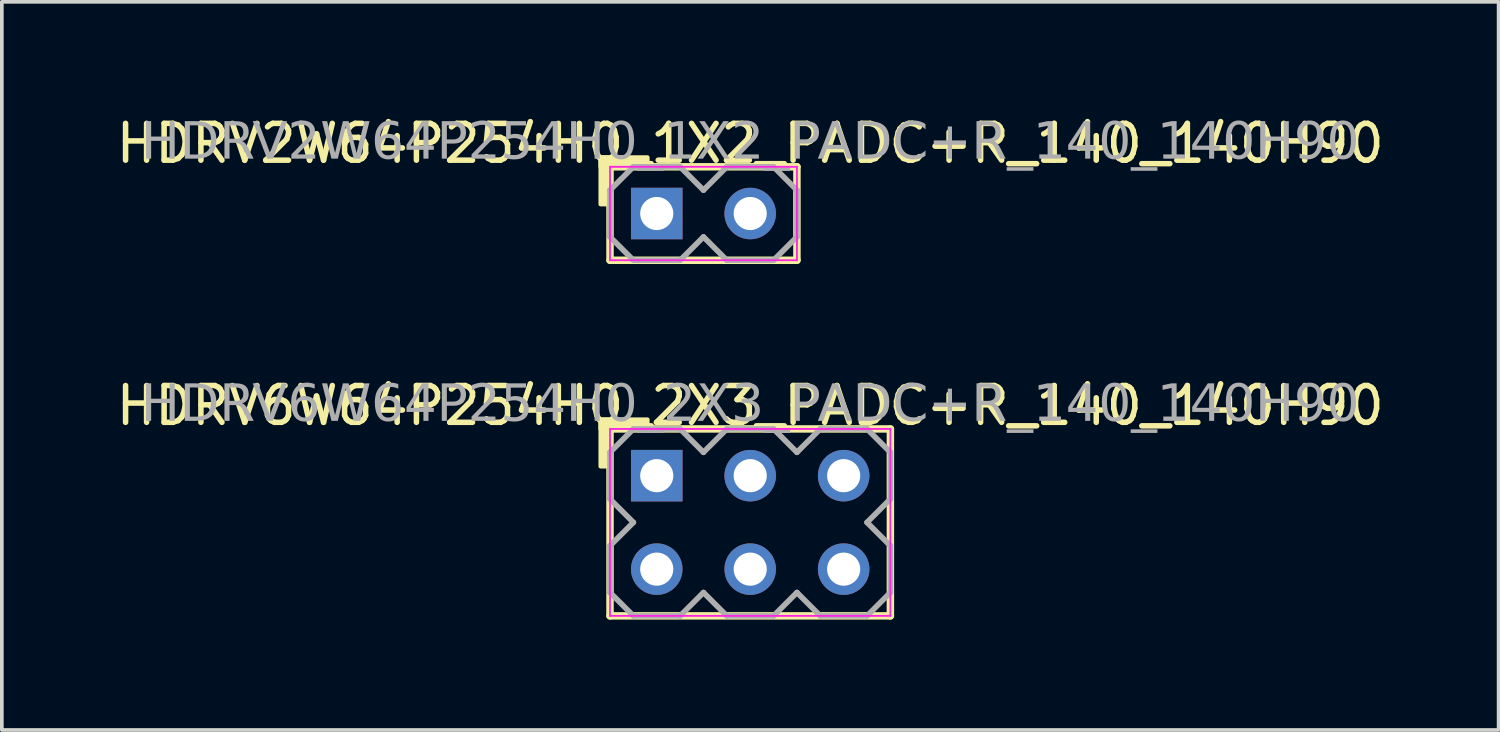
<source format=kicad_pcb>
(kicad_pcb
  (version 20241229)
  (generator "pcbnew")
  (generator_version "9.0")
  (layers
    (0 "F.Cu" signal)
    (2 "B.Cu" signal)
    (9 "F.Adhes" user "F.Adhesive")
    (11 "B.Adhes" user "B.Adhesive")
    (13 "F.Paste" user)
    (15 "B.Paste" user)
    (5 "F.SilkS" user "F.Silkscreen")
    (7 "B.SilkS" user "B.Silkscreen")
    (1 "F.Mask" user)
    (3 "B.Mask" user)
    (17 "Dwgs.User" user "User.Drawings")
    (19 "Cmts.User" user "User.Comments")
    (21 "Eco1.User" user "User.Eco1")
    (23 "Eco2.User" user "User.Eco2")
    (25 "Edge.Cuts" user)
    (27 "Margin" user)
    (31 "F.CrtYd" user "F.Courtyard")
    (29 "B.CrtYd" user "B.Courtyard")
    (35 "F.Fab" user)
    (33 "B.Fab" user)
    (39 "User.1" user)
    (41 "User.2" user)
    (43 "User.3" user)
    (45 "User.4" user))
  (footprint "HDRV2W64P254H0_1X2_PADC+R_140_140H90"
    (layer "F.Cu")
    (at 16.069 2.753)
    (property "Reference" "HDRV2W64P254H0_1X2_PADC+R_140_140H90" (at 1.27 -1.905 0) (layer "F.SilkS") (effects (font (size 1 1) (thickness 0.15))))
    (attr through_hole)
    (fp_line (start -2.54 1.27) (end -2.54 -1.27) (stroke (width 0.203) (type solid)) (layer "F.SilkS"))
    (fp_line (start 2.54 -1.27) (end -2.54 -1.27) (stroke (width 0.203) (type solid)) (layer "F.SilkS"))
    (fp_line (start 2.54 1.27) (end -2.54 1.27) (stroke (width 0.203) (type solid)) (layer "F.SilkS"))
    (fp_line (start 2.54 1.27) (end 2.54 -1.27) (stroke (width 0.203) (type solid)) (layer "F.SilkS"))
    (fp_rect (start -2.794 -0.254) (end -2.54 -1.524) (stroke (width 0.12) (type solid)) (fill yes) (layer "F.SilkS"))
    (fp_rect (start -1.524 -1.27) (end -2.794 -1.524) (stroke (width 0.12) (type solid)) (fill yes) (layer "F.SilkS"))
    (fp_line (start -2.54 1.27) (end -2.54 -1.27) (stroke (width 0.05) (type solid)) (layer "F.CrtYd"))
    (fp_line (start 2.54 -1.27) (end -2.54 -1.27) (stroke (width 0.05) (type solid)) (layer "F.CrtYd"))
    (fp_line (start 2.54 1.27) (end -2.54 1.27) (stroke (width 0.05) (type solid)) (layer "F.CrtYd"))
    (fp_line (start 2.54 1.27) (end 2.54 -1.27) (stroke (width 0.05) (type solid)) (layer "F.CrtYd"))
    (fp_line (start -2.54 -0.635) (end -2.54 0.635) (stroke (width 0.152) (type solid)) (layer "F.Fab"))
    (fp_line (start -2.54 -0.635) (end -1.905 -1.27) (stroke (width 0.152) (type solid)) (layer "F.Fab"))
    (fp_line (start -1.905 -1.27) (end -0.635 -1.27) (stroke (width 0.152) (type solid)) (layer "F.Fab"))
    (fp_line (start -1.905 1.27) (end -2.54 0.635) (stroke (width 0.152) (type solid)) (layer "F.Fab"))
    (fp_line (start -0.635 -1.27) (end 0 -0.635) (stroke (width 0.152) (type solid)) (layer "F.Fab"))
    (fp_line (start -0.635 1.27) (end -1.905 1.27) (stroke (width 0.152) (type solid)) (layer "F.Fab"))
    (fp_line (start 0 -0.635) (end 0.635 -1.27) (stroke (width 0.152) (type solid)) (layer "F.Fab"))
    (fp_line (start 0 0.635) (end -0.635 1.27) (stroke (width 0.152) (type solid)) (layer "F.Fab"))
    (fp_line (start 0.635 -1.27) (end 1.905 -1.27) (stroke (width 0.152) (type solid)) (layer "F.Fab"))
    (fp_line (start 0.635 1.27) (end 0 0.635) (stroke (width 0.152) (type solid)) (layer "F.Fab"))
    (fp_line (start 1.905 -1.27) (end 2.54 -0.635) (stroke (width 0.152) (type solid)) (layer "F.Fab"))
    (fp_line (start 1.905 1.27) (end 0.635 1.27) (stroke (width 0.152) (type solid)) (layer "F.Fab"))
    (fp_line (start 2.54 -0.635) (end 2.54 0.635) (stroke (width 0.152) (type solid)) (layer "F.Fab"))
    (fp_line (start 2.54 0.635) (end 1.905 1.27) (stroke (width 0.152) (type solid)) (layer "F.Fab"))
    (fp_rect (start -1.016 -0.254) (end -1.524 0.254) (stroke (width 0.152) (type solid)) (fill no) (layer "F.Fab"))
    (fp_rect (start 1.524 -0.254) (end 1.016 0.254) (stroke (width 0.152) (type solid)) (fill no) (layer "F.Fab"))
    (fp_text user "${REFERENCE}" (at 1.27 -1.905 0) (layer "F.Fab") (effects (font (face "Tahoma") (size 1 1) (thickness 0.15))))
    (pad "1" thru_hole rect (at -1.27 0) (size 1.4 1.4) (drill 0.9) (layers "*.Cu" "*.Mask"))
    (pad "2" thru_hole circle (at 1.27 0) (size 1.4 1.4) (drill 0.9) (layers "*.Cu" "*.Mask")))
  (footprint "HDRV6W64P254H0_2X3_PADC+R_140_140H90"
    (layer "F.Cu")
    (at 17.339 11.148)
    (property "Reference" "HDRV6W64P254H0_2X3_PADC+R_140_140H90" (at 0 -3.175 0) (layer "F.SilkS") (effects (font (size 1 1) (thickness 0.15))))
    (attr through_hole)
    (fp_line (start -3.81 2.54) (end -3.81 -2.54) (stroke (width 0.203) (type solid)) (layer "F.SilkS"))
    (fp_line (start 3.81 -2.54) (end -3.81 -2.54) (stroke (width 0.203) (type solid)) (layer "F.SilkS"))
    (fp_line (start 3.81 2.54) (end -3.81 2.54) (stroke (width 0.203) (type solid)) (layer "F.SilkS"))
    (fp_line (start 3.81 2.54) (end 3.81 -2.54) (stroke (width 0.203) (type solid)) (layer "F.SilkS"))
    (fp_rect (start -4.064 -1.524) (end -3.81 -2.794) (stroke (width 0.12) (type solid)) (fill yes) (layer "F.SilkS"))
    (fp_rect (start -2.794 -2.54) (end -4.064 -2.794) (stroke (width 0.12) (type solid)) (fill yes) (layer "F.SilkS"))
    (fp_line (start -3.81 2.54) (end -3.81 -2.54) (stroke (width 0.05) (type solid)) (layer "F.CrtYd"))
    (fp_line (start 3.81 -2.54) (end -3.81 -2.54) (stroke (width 0.05) (type solid)) (layer "F.CrtYd"))
    (fp_line (start 3.81 2.54) (end -3.81 2.54) (stroke (width 0.05) (type solid)) (layer "F.CrtYd"))
    (fp_line (start 3.81 2.54) (end 3.81 -2.54) (stroke (width 0.05) (type solid)) (layer "F.CrtYd"))
    (fp_line (start -3.81 -1.905) (end -3.81 -0.635) (stroke (width 0.152) (type solid)) (layer "F.Fab"))
    (fp_line (start -3.81 -1.905) (end -3.175 -2.54) (stroke (width 0.152) (type solid)) (layer "F.Fab"))
    (fp_line (start -3.81 0.635) (end -3.175 0) (stroke (width 0.152) (type solid)) (layer "F.Fab"))
    (fp_line (start -3.81 1.905) (end -3.81 0.635) (stroke (width 0.152) (type solid)) (layer "F.Fab"))
    (fp_line (start -3.175 -2.54) (end -1.905 -2.54) (stroke (width 0.152) (type solid)) (layer "F.Fab"))
    (fp_line (start -3.175 0) (end -3.81 -0.635) (stroke (width 0.152) (type solid)) (layer "F.Fab"))
    (fp_line (start -3.175 2.54) (end -3.81 1.905) (stroke (width 0.152) (type solid)) (layer "F.Fab"))
    (fp_line (start -1.905 -2.54) (end -1.27 -1.905) (stroke (width 0.152) (type solid)) (layer "F.Fab"))
    (fp_line (start -1.905 2.54) (end -3.175 2.54) (stroke (width 0.152) (type solid)) (layer "F.Fab"))
    (fp_line (start -1.27 -1.905) (end -0.635 -2.54) (stroke (width 0.152) (type solid)) (layer "F.Fab"))
    (fp_line (start -1.27 1.905) (end -1.905 2.54) (stroke (width 0.152) (type solid)) (layer "F.Fab"))
    (fp_line (start -0.635 -2.54) (end 0.635 -2.54) (stroke (width 0.152) (type solid)) (layer "F.Fab"))
    (fp_line (start -0.635 2.54) (end -1.27 1.905) (stroke (width 0.152) (type solid)) (layer "F.Fab"))
    (fp_line (start 0.635 -2.54) (end 1.27 -1.905) (stroke (width 0.152) (type solid)) (layer "F.Fab"))
    (fp_line (start 0.635 2.54) (end -0.635 2.54) (stroke (width 0.152) (type solid)) (layer "F.Fab"))
    (fp_line (start 1.27 -1.905) (end 1.905 -2.54) (stroke (width 0.152) (type solid)) (layer "F.Fab"))
    (fp_line (start 1.27 1.905) (end 0.635 2.54) (stroke (width 0.152) (type solid)) (layer "F.Fab"))
    (fp_line (start 1.905 -2.54) (end 3.175 -2.54) (stroke (width 0.152) (type solid)) (layer "F.Fab"))
    (fp_line (start 1.905 2.54) (end 1.27 1.905) (stroke (width 0.152) (type solid)) (layer "F.Fab"))
    (fp_line (start 3.175 -2.54) (end 3.81 -1.905) (stroke (width 0.152) (type solid)) (layer "F.Fab"))
    (fp_line (start 3.175 0) (end 3.81 0.635) (stroke (width 0.152) (type solid)) (layer "F.Fab"))
    (fp_line (start 3.175 2.54) (end 1.905 2.54) (stroke (width 0.152) (type solid)) (layer "F.Fab"))
    (fp_line (start 3.81 -1.905) (end 3.81 -0.635) (stroke (width 0.152) (type solid)) (layer "F.Fab"))
    (fp_line (start 3.81 -0.635) (end 3.175 0) (stroke (width 0.152) (type solid)) (layer "F.Fab"))
    (fp_line (start 3.81 0.635) (end 3.81 1.905) (stroke (width 0.152) (type solid)) (layer "F.Fab"))
    (fp_line (start 3.81 1.905) (end 3.175 2.54) (stroke (width 0.152) (type solid)) (layer "F.Fab"))
    (fp_rect (start -2.286 -1.524) (end -2.794 -1.016) (stroke (width 0.152) (type solid)) (fill no) (layer "F.Fab"))
    (fp_rect (start -2.286 1.016) (end -2.794 1.524) (stroke (width 0.152) (type solid)) (fill no) (layer "F.Fab"))
    (fp_rect (start 0.254 -1.524) (end -0.254 -1.016) (stroke (width 0.152) (type solid)) (fill no) (layer "F.Fab"))
    (fp_rect (start 0.254 1.016) (end -0.254 1.524) (stroke (width 0.152) (type solid)) (fill no) (layer "F.Fab"))
    (fp_rect (start 2.794 -1.524) (end 2.286 -1.016) (stroke (width 0.152) (type solid)) (fill no) (layer "F.Fab"))
    (fp_rect (start 2.794 1.016) (end 2.286 1.524) (stroke (width 0.152) (type solid)) (fill no) (layer "F.Fab"))
    (fp_text user "${REFERENCE}" (at 0 -3.175 0) (layer "F.Fab") (effects (font (face "Tahoma") (size 1 1) (thickness 0.15))))
    (pad "1" thru_hole rect (at -2.54 -1.27) (size 1.4 1.4) (drill 0.9) (layers "*.Cu" "*.Mask"))
    (pad "2" thru_hole circle (at -2.54 1.27) (size 1.4 1.4) (drill 0.9) (layers "*.Cu" "*.Mask"))
    (pad "3" thru_hole circle (at 0 -1.27) (size 1.4 1.4) (drill 0.9) (layers "*.Cu" "*.Mask"))
    (pad "4" thru_hole circle (at 0 1.27) (size 1.4 1.4) (drill 0.9) (layers "*.Cu" "*.Mask"))
    (pad "5" thru_hole circle (at 2.54 -1.27) (size 1.4 1.4) (drill 0.9) (layers "*.Cu" "*.Mask"))
    (pad "6" thru_hole circle (at 2.54 1.27) (size 1.4 1.4) (drill 0.9) (layers "*.Cu" "*.Mask")))
  (gr_rect
    (start -3 -3)
    (end 37.679 16.79)
    (stroke (width 0.1) (type default))
    (fill no)
    (layer "Edge.Cuts")))
</source>
